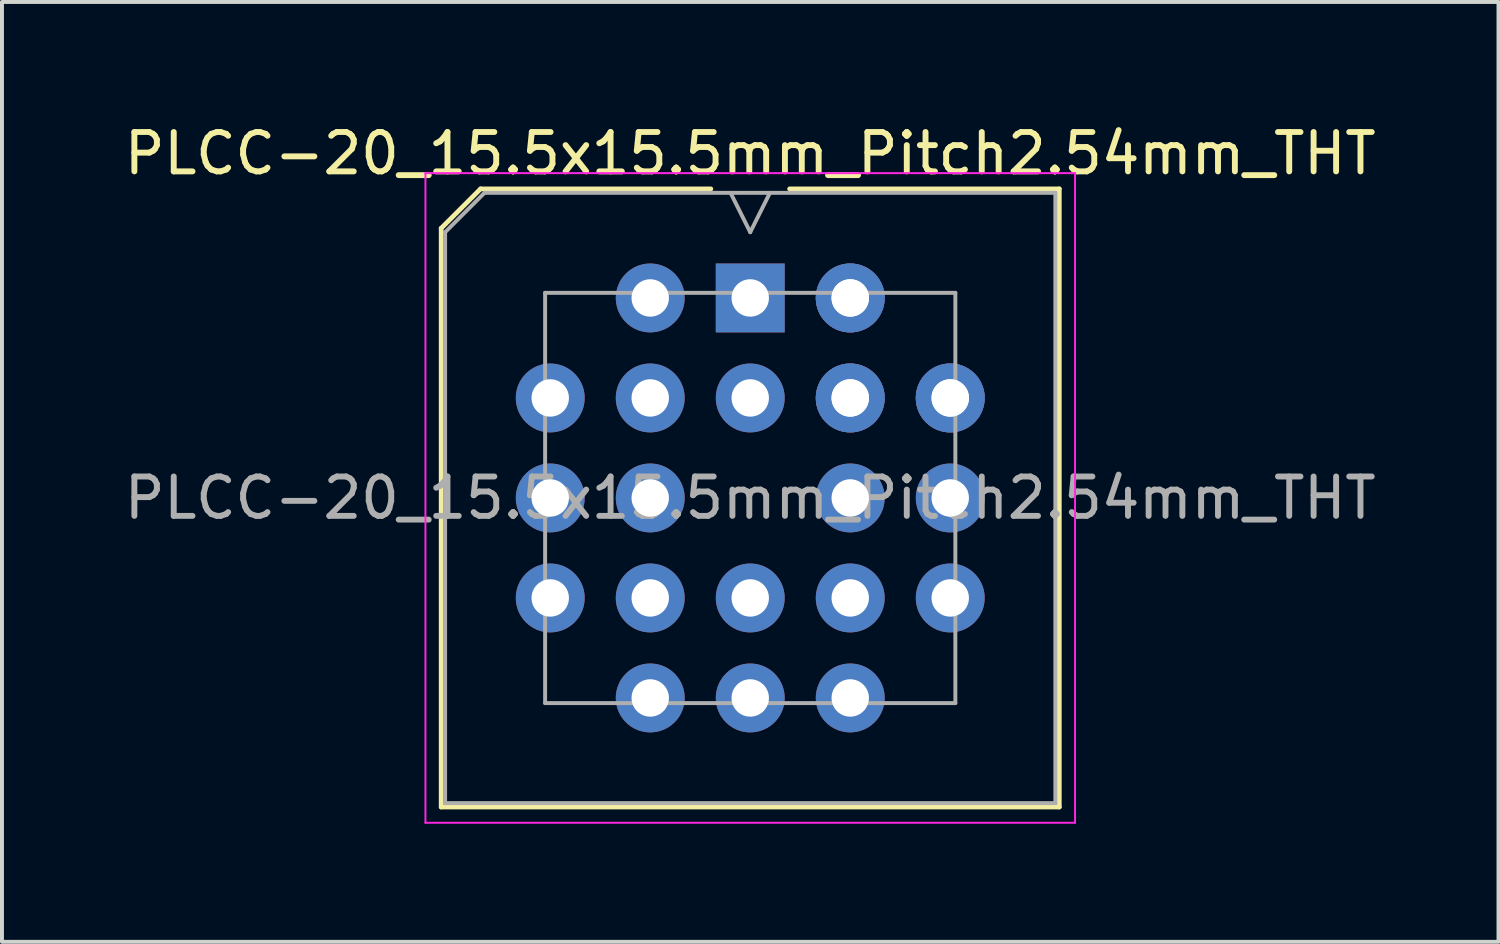
<source format=kicad_pcb>
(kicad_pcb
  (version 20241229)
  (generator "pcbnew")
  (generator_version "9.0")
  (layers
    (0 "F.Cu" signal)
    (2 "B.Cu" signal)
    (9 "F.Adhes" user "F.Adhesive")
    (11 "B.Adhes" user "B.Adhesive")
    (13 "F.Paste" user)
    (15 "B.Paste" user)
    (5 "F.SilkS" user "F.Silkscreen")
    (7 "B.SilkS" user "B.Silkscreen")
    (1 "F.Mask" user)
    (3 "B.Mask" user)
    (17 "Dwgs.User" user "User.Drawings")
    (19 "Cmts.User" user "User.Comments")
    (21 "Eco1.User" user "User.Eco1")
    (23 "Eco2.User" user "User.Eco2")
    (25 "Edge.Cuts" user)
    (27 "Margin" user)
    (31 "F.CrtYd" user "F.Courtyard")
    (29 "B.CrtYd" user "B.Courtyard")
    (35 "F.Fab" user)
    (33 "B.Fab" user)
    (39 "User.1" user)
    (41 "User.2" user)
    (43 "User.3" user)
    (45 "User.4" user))
  (footprint "PLCC-20_15.5x15.5mm_Pitch2.54mm_THT"
    (layer "F.Cu")
    (at 16.006 9.598)
    (property "Reference" "PLCC-20_15.5x15.5mm_Pitch2.54mm_THT" (at 0 -8.75 0) (layer "F.SilkS") (effects (font (size 1 1) (thickness 0.15))))
    (attr through_hole)
    (fp_line (start -7.85 -6.85) (end -7.85 7.85) (stroke (width 0.12) (type solid)) (layer "F.SilkS"))
    (fp_line (start -7.85 7.85) (end 7.85 7.85) (stroke (width 0.12) (type solid)) (layer "F.SilkS"))
    (fp_line (start -6.85 -7.85) (end -7.85 -6.85) (stroke (width 0.12) (type solid)) (layer "F.SilkS"))
    (fp_line (start -1 -7.85) (end -6.85 -7.85) (stroke (width 0.12) (type solid)) (layer "F.SilkS"))
    (fp_line (start 7.85 -7.85) (end 1 -7.85) (stroke (width 0.12) (type solid)) (layer "F.SilkS"))
    (fp_line (start 7.85 7.85) (end 7.85 -7.85) (stroke (width 0.12) (type solid)) (layer "F.SilkS"))
    (fp_line (start -8.25 -8.25) (end -8.25 8.25) (stroke (width 0.05) (type solid)) (layer "F.CrtYd"))
    (fp_line (start -8.25 8.25) (end 8.25 8.25) (stroke (width 0.05) (type solid)) (layer "F.CrtYd"))
    (fp_line (start 8.25 -8.25) (end -8.25 -8.25) (stroke (width 0.05) (type solid)) (layer "F.CrtYd"))
    (fp_line (start 8.25 8.25) (end 8.25 -8.25) (stroke (width 0.05) (type solid)) (layer "F.CrtYd"))
    (fp_line (start -7.75 -6.75) (end -7.75 7.75) (stroke (width 0.1) (type solid)) (layer "F.Fab"))
    (fp_line (start -7.75 7.75) (end 7.75 7.75) (stroke (width 0.1) (type solid)) (layer "F.Fab"))
    (fp_line (start -6.75 -7.75) (end -7.75 -6.75) (stroke (width 0.1) (type solid)) (layer "F.Fab"))
    (fp_line (start -5.21 -5.21) (end -5.21 5.21) (stroke (width 0.1) (type solid)) (layer "F.Fab"))
    (fp_line (start -5.21 5.21) (end 5.21 5.21) (stroke (width 0.1) (type solid)) (layer "F.Fab"))
    (fp_line (start -0.5 -7.75) (end 0 -6.75) (stroke (width 0.1) (type solid)) (layer "F.Fab"))
    (fp_line (start 0 -6.75) (end 0.5 -7.75) (stroke (width 0.1) (type solid)) (layer "F.Fab"))
    (fp_line (start 5.21 -5.21) (end -5.21 -5.21) (stroke (width 0.1) (type solid)) (layer "F.Fab"))
    (fp_line (start 5.21 5.21) (end 5.21 -5.21) (stroke (width 0.1) (type solid)) (layer "F.Fab"))
    (fp_line (start 7.75 -7.75) (end -6.75 -7.75) (stroke (width 0.1) (type solid)) (layer "F.Fab"))
    (fp_line (start 7.75 7.75) (end 7.75 -7.75) (stroke (width 0.1) (type solid)) (layer "F.Fab"))
    (fp_text user "${REFERENCE}" (at 0 0 0) (layer "F.Fab") (effects (font (size 1 1) (thickness 0.15))))
    (pad "1" thru_hole rect (at 0 -5.08) (size 1.75 1.75) (drill 0.95) (layers "*.Cu" "*.Mask"))
    (pad "2" thru_hole circle (at 0 -2.54) (size 1.75 1.75) (drill 0.95) (layers "*.Cu" "*.Mask"))
    (pad "3" thru_hole circle (at -2.54 -5.08) (size 1.75 1.75) (drill 0.95) (layers "*.Cu" "*.Mask"))
    (pad "4" thru_hole circle (at -5.08 -2.54) (size 1.75 1.75) (drill 0.95) (layers "*.Cu" "*.Mask"))
    (pad "5" thru_hole circle (at -2.54 -2.54) (size 1.75 1.75) (drill 0.95) (layers "*.Cu" "*.Mask"))
    (pad "6" thru_hole circle (at -5.08 0) (size 1.75 1.75) (drill 0.95) (layers "*.Cu" "*.Mask"))
    (pad "7" thru_hole circle (at -2.54 0) (size 1.75 1.75) (drill 0.95) (layers "*.Cu" "*.Mask"))
    (pad "8" thru_hole circle (at -5.08 2.54) (size 1.75 1.75) (drill 0.95) (layers "*.Cu" "*.Mask"))
    (pad "9" thru_hole circle (at -2.54 5.08) (size 1.75 1.75) (drill 0.95) (layers "*.Cu" "*.Mask"))
    (pad "10" thru_hole circle (at -2.54 2.54) (size 1.75 1.75) (drill 0.95) (layers "*.Cu" "*.Mask"))
    (pad "11" thru_hole circle (at 0 5.08) (size 1.75 1.75) (drill 0.95) (layers "*.Cu" "*.Mask"))
    (pad "12" thru_hole circle (at 0 2.54) (size 1.75 1.75) (drill 0.95) (layers "*.Cu" "*.Mask"))
    (pad "13" thru_hole circle (at 2.54 5.08) (size 1.75 1.75) (drill 0.95) (layers "*.Cu" "*.Mask"))
    (pad "14" thru_hole circle (at 2.54 2.54) (size 1.75 1.75) (drill 0.95) (layers "*.Cu" "*.Mask"))
    (pad "14" thru_hole circle (at 5.08 2.54) (size 1.75 1.75) (drill 0.95) (layers "*.Cu" "*.Mask"))
    (pad "15" thru_hole circle (at 2.54 0) (size 1.75 1.75) (drill 0.95) (layers "*.Cu" "*.Mask"))
    (pad "16" thru_hole circle (at 5.08 0) (size 1.75 1.75) (drill 0.95) (layers "*.Cu" "*.Mask"))
    (pad "17" thru_hole circle (at 2.54 -2.54) (size 1.75 1.75) (drill 0.95) (layers "*.Cu" "*.Mask"))
    (pad "18" thru_hole circle (at 5.08 -2.54) (size 1.75 1.75) (drill 0.95) (layers "*.Cu" "*.Mask"))
    (pad "18" thru_hole circle (at 5.08 -2.54) (size 1.75 1.75) (drill 0.95) (layers "*.Cu" "*.Mask"))
    (pad "19" thru_hole circle (at 2.54 -5.08) (size 1.75 1.75) (drill 0.95) (layers "*.Cu" "*.Mask"))
    (pad "19" thru_hole circle (at 2.54 -5.08) (size 1.75 1.75) (drill 0.95) (layers "*.Cu" "*.Mask"))
    (pad "20" thru_hole circle (at 2.54 -2.54) (size 1.75 1.75) (drill 0.95) (layers "*.Cu" "*.Mask")))
  (gr_rect
    (start -3 -3)
    (end 35.012 20.873)
    (stroke (width 0.1) (type default))
    (fill no)
    (layer "Edge.Cuts")))
</source>
